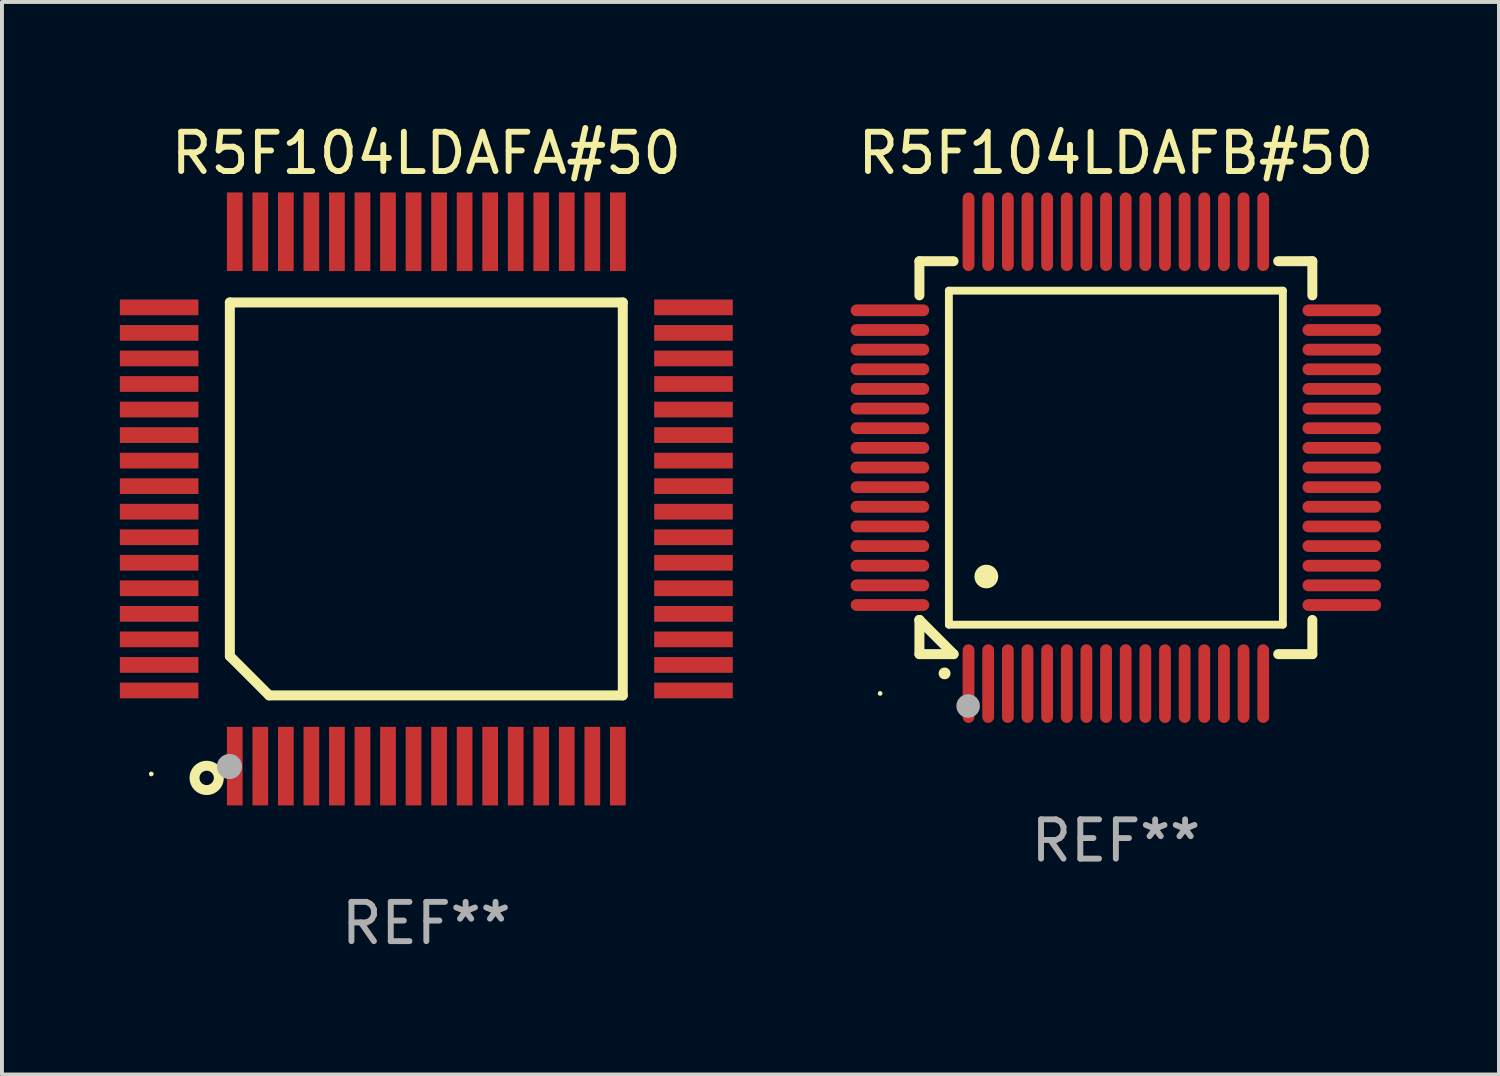
<source format=kicad_pcb>
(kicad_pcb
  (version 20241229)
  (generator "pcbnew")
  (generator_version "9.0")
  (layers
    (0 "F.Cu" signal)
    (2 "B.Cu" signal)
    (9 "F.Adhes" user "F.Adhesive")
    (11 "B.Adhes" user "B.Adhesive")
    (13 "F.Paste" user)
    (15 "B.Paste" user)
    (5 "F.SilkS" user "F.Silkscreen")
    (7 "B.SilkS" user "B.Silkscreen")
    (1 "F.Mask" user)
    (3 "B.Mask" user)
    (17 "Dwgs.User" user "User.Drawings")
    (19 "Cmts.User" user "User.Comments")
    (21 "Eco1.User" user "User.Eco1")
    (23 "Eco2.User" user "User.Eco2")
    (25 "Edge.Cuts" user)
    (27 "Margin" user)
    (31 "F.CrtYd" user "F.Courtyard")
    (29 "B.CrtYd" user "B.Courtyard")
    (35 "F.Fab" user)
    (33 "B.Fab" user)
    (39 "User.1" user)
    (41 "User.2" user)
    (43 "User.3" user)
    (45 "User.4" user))
  (footprint "R5F104LDAFB#50"
    (layer "F.Cu")
    (at 25.35 8.598)
    (property "Reference" "R5F104LDAFB#50" (at 0 -7.75 0) (layer "F.SilkS") (effects (font (size 1 1) (thickness 0.15))))
    (attr through_hole)
    (fp_line (start -5 -5) (end -4.131 -5) (stroke (width 0.254) (type solid)) (layer "F.SilkS"))
    (fp_line (start -5 -4.131) (end -5 -5) (stroke (width 0.254) (type solid)) (layer "F.SilkS"))
    (fp_line (start -5 4.131) (end -5 4.131) (stroke (width 0.254) (type solid)) (layer "F.SilkS"))
    (fp_line (start -5 5) (end -5 4.131) (stroke (width 0.254) (type solid)) (layer "F.SilkS"))
    (fp_line (start -5 4.131) (end -4.131 5) (stroke (width 0.254) (type solid)) (layer "F.SilkS"))
    (fp_line (start -4.25 -4.25) (end -4.25 4.25) (stroke (width 0.2) (type solid)) (layer "F.SilkS"))
    (fp_line (start -4.25 4.25) (end 4.25 4.25) (stroke (width 0.2) (type solid)) (layer "F.SilkS"))
    (fp_line (start -4.131 5) (end -5 5) (stroke (width 0.254) (type solid)) (layer "F.SilkS"))
    (fp_line (start 4.25 -4.25) (end -4.25 -4.25) (stroke (width 0.2) (type solid)) (layer "F.SilkS"))
    (fp_line (start 4.25 4.25) (end 4.25 -4.25) (stroke (width 0.2) (type solid)) (layer "F.SilkS"))
    (fp_line (start 5 -5) (end 4.131 -5) (stroke (width 0.254) (type solid)) (layer "F.SilkS"))
    (fp_line (start 5 -5) (end 5 -4.131) (stroke (width 0.254) (type solid)) (layer "F.SilkS"))
    (fp_line (start 5 4.131) (end 5 5) (stroke (width 0.254) (type solid)) (layer "F.SilkS"))
    (fp_line (start 5 5) (end 4.131 5) (stroke (width 0.254) (type solid)) (layer "F.SilkS"))
    (fp_arc (start -4.361265 5.489992) (mid -4.359995 5.489987) (end -4.358725 5.489992) (stroke (width 0.3) (type solid)) (layer "F.SilkS"))
    (fp_arc (start -3.299467 3.025146) (mid -3.296927 3.025135) (end -3.294387 3.025146) (stroke (width 0.6) (type solid)) (layer "F.SilkS"))
    (fp_circle (center -6 6) (end -5.97 6) (stroke (width 0.06) (type solid)) (fill no) (layer "F.SilkS"))
    (fp_circle (center -3.76 6.32) (end -3.61 6.32) (stroke (width 0.3) (type solid)) (fill no) (layer "F.Fab"))
    (fp_text user "REF**" (at 0 9.75 0) (layer "F.Fab") (effects (font (size 1 1) (thickness 0.15))))
    (pad "1" smd oval (at -3.75 5.75) (size 0.3 2) (layers "F.Cu" "F.Mask" "F.Paste"))
    (pad "2" smd oval (at -3.25 5.75) (size 0.3 2) (layers "F.Cu" "F.Mask" "F.Paste"))
    (pad "3" smd oval (at -2.75 5.75) (size 0.3 2) (layers "F.Cu" "F.Mask" "F.Paste"))
    (pad "4" smd oval (at -2.25 5.75) (size 0.3 2) (layers "F.Cu" "F.Mask" "F.Paste"))
    (pad "5" smd oval (at -1.75 5.75) (size 0.3 2) (layers "F.Cu" "F.Mask" "F.Paste"))
    (pad "6" smd oval (at -1.25 5.75) (size 0.3 2) (layers "F.Cu" "F.Mask" "F.Paste"))
    (pad "7" smd oval (at -0.75 5.75) (size 0.3 2) (layers "F.Cu" "F.Mask" "F.Paste"))
    (pad "8" smd oval (at -0.25 5.75) (size 0.3 2) (layers "F.Cu" "F.Mask" "F.Paste"))
    (pad "9" smd oval (at 0.25 5.75) (size 0.3 2) (layers "F.Cu" "F.Mask" "F.Paste"))
    (pad "10" smd oval (at 0.75 5.75) (size 0.3 2) (layers "F.Cu" "F.Mask" "F.Paste"))
    (pad "11" smd oval (at 1.25 5.75) (size 0.3 2) (layers "F.Cu" "F.Mask" "F.Paste"))
    (pad "12" smd oval (at 1.75 5.75) (size 0.3 2) (layers "F.Cu" "F.Mask" "F.Paste"))
    (pad "13" smd oval (at 2.25 5.75) (size 0.3 2) (layers "F.Cu" "F.Mask" "F.Paste"))
    (pad "14" smd oval (at 2.75 5.75) (size 0.3 2) (layers "F.Cu" "F.Mask" "F.Paste"))
    (pad "15" smd oval (at 3.25 5.75) (size 0.3 2) (layers "F.Cu" "F.Mask" "F.Paste"))
    (pad "16" smd oval (at 3.75 5.75) (size 0.3 2) (layers "F.Cu" "F.Mask" "F.Paste"))
    (pad "17" smd oval (at 5.75 3.75) (size 2 0.3) (layers "F.Cu" "F.Mask" "F.Paste"))
    (pad "18" smd oval (at 5.75 3.25) (size 2 0.3) (layers "F.Cu" "F.Mask" "F.Paste"))
    (pad "19" smd oval (at 5.75 2.75) (size 2 0.3) (layers "F.Cu" "F.Mask" "F.Paste"))
    (pad "20" smd oval (at 5.75 2.25) (size 2 0.3) (layers "F.Cu" "F.Mask" "F.Paste"))
    (pad "21" smd oval (at 5.75 1.75) (size 2 0.3) (layers "F.Cu" "F.Mask" "F.Paste"))
    (pad "22" smd oval (at 5.75 1.25) (size 2 0.3) (layers "F.Cu" "F.Mask" "F.Paste"))
    (pad "23" smd oval (at 5.75 0.75) (size 2 0.3) (layers "F.Cu" "F.Mask" "F.Paste"))
    (pad "24" smd oval (at 5.75 0.25) (size 2 0.3) (layers "F.Cu" "F.Mask" "F.Paste"))
    (pad "25" smd oval (at 5.75 -0.25) (size 2 0.3) (layers "F.Cu" "F.Mask" "F.Paste"))
    (pad "26" smd oval (at 5.75 -0.75) (size 2 0.3) (layers "F.Cu" "F.Mask" "F.Paste"))
    (pad "27" smd oval (at 5.75 -1.25) (size 2 0.3) (layers "F.Cu" "F.Mask" "F.Paste"))
    (pad "28" smd oval (at 5.75 -1.75) (size 2 0.3) (layers "F.Cu" "F.Mask" "F.Paste"))
    (pad "29" smd oval (at 5.75 -2.25) (size 2 0.3) (layers "F.Cu" "F.Mask" "F.Paste"))
    (pad "30" smd oval (at 5.75 -2.75) (size 2 0.3) (layers "F.Cu" "F.Mask" "F.Paste"))
    (pad "31" smd oval (at 5.75 -3.25) (size 2 0.3) (layers "F.Cu" "F.Mask" "F.Paste"))
    (pad "32" smd oval (at 5.75 -3.75) (size 2 0.3) (layers "F.Cu" "F.Mask" "F.Paste"))
    (pad "33" smd oval (at 3.75 -5.75) (size 0.3 2) (layers "F.Cu" "F.Mask" "F.Paste"))
    (pad "34" smd oval (at 3.25 -5.75) (size 0.3 2) (layers "F.Cu" "F.Mask" "F.Paste"))
    (pad "35" smd oval (at 2.75 -5.75) (size 0.3 2) (layers "F.Cu" "F.Mask" "F.Paste"))
    (pad "36" smd oval (at 2.25 -5.75) (size 0.3 2) (layers "F.Cu" "F.Mask" "F.Paste"))
    (pad "37" smd oval (at 1.75 -5.75) (size 0.3 2) (layers "F.Cu" "F.Mask" "F.Paste"))
    (pad "38" smd oval (at 1.25 -5.75) (size 0.3 2) (layers "F.Cu" "F.Mask" "F.Paste"))
    (pad "39" smd oval (at 0.75 -5.75) (size 0.3 2) (layers "F.Cu" "F.Mask" "F.Paste"))
    (pad "40" smd oval (at 0.25 -5.75) (size 0.3 2) (layers "F.Cu" "F.Mask" "F.Paste"))
    (pad "41" smd oval (at -0.25 -5.75) (size 0.3 2) (layers "F.Cu" "F.Mask" "F.Paste"))
    (pad "42" smd oval (at -0.75 -5.75) (size 0.3 2) (layers "F.Cu" "F.Mask" "F.Paste"))
    (pad "43" smd oval (at -1.25 -5.75) (size 0.3 2) (layers "F.Cu" "F.Mask" "F.Paste"))
    (pad "44" smd oval (at -1.75 -5.75) (size 0.3 2) (layers "F.Cu" "F.Mask" "F.Paste"))
    (pad "45" smd oval (at -2.25 -5.75) (size 0.3 2) (layers "F.Cu" "F.Mask" "F.Paste"))
    (pad "46" smd oval (at -2.75 -5.75) (size 0.3 2) (layers "F.Cu" "F.Mask" "F.Paste"))
    (pad "47" smd oval (at -3.25 -5.75) (size 0.3 2) (layers "F.Cu" "F.Mask" "F.Paste"))
    (pad "48" smd oval (at -3.75 -5.75) (size 0.3 2) (layers "F.Cu" "F.Mask" "F.Paste"))
    (pad "49" smd oval (at -5.75 -3.75) (size 2 0.3) (layers "F.Cu" "F.Mask" "F.Paste"))
    (pad "50" smd oval (at -5.75 -3.25) (size 2 0.3) (layers "F.Cu" "F.Mask" "F.Paste"))
    (pad "51" smd oval (at -5.75 -2.75) (size 2 0.3) (layers "F.Cu" "F.Mask" "F.Paste"))
    (pad "52" smd oval (at -5.75 -2.25) (size 2 0.3) (layers "F.Cu" "F.Mask" "F.Paste"))
    (pad "53" smd oval (at -5.75 -1.75) (size 2 0.3) (layers "F.Cu" "F.Mask" "F.Paste"))
    (pad "54" smd oval (at -5.75 -1.25) (size 2 0.3) (layers "F.Cu" "F.Mask" "F.Paste"))
    (pad "55" smd oval (at -5.75 -0.75) (size 2 0.3) (layers "F.Cu" "F.Mask" "F.Paste"))
    (pad "56" smd oval (at -5.75 -0.25) (size 2 0.3) (layers "F.Cu" "F.Mask" "F.Paste"))
    (pad "57" smd oval (at -5.75 0.25) (size 2 0.3) (layers "F.Cu" "F.Mask" "F.Paste"))
    (pad "58" smd oval (at -5.75 0.75) (size 2 0.3) (layers "F.Cu" "F.Mask" "F.Paste"))
    (pad "59" smd oval (at -5.75 1.25) (size 2 0.3) (layers "F.Cu" "F.Mask" "F.Paste"))
    (pad "60" smd oval (at -5.75 1.75) (size 2 0.3) (layers "F.Cu" "F.Mask" "F.Paste"))
    (pad "61" smd oval (at -5.75 2.25) (size 2 0.3) (layers "F.Cu" "F.Mask" "F.Paste"))
    (pad "62" smd oval (at -5.75 2.75) (size 2 0.3) (layers "F.Cu" "F.Mask" "F.Paste"))
    (pad "63" smd oval (at -5.75 3.25) (size 2 0.3) (layers "F.Cu" "F.Mask" "F.Paste"))
    (pad "64" smd oval (at -5.75 3.75) (size 2 0.3) (layers "F.Cu" "F.Mask" "F.Paste")))
  (footprint "R5F104LDAFA#50"
    (layer "F.Cu")
    (at 7.8 9.648)
    (property "Reference" "R5F104LDAFA#50" (at 0 -8.8 0) (layer "F.SilkS") (effects (font (size 1 1) (thickness 0.15))))
    (attr through_hole)
    (fp_line (start -5 -5) (end 5 -5) (stroke (width 0.254) (type solid)) (layer "F.SilkS"))
    (fp_line (start -5 4) (end -5 -5) (stroke (width 0.254) (type solid)) (layer "F.SilkS"))
    (fp_line (start -4 5) (end -5 4) (stroke (width 0.254) (type solid)) (layer "F.SilkS"))
    (fp_line (start 5 -5) (end 5 5) (stroke (width 0.254) (type solid)) (layer "F.SilkS"))
    (fp_line (start 5 5) (end -4 5) (stroke (width 0.254) (type solid)) (layer "F.SilkS"))
    (fp_circle (center -7 7) (end -6.97 7) (stroke (width 0.06) (type solid)) (fill no) (layer "F.SilkS"))
    (fp_circle (center -5.59 7.1) (end -5.28 7.1) (stroke (width 0.254) (type solid)) (fill no) (layer "F.SilkS"))
    (fp_circle (center -5.01 6.81) (end -4.85 6.81) (stroke (width 0.32) (type solid)) (fill no) (layer "F.Fab"))
    (fp_text user "REF**" (at 0 10.8 0) (layer "F.Fab") (effects (font (size 1 1) (thickness 0.15))))
    (pad "1" smd rect (at -4.875 6.8) (size 0.4 2) (layers "F.Cu" "F.Mask" "F.Paste"))
    (pad "2" smd rect (at -4.225 6.8) (size 0.4 2) (layers "F.Cu" "F.Mask" "F.Paste"))
    (pad "3" smd rect (at -3.575 6.8) (size 0.4 2) (layers "F.Cu" "F.Mask" "F.Paste"))
    (pad "4" smd rect (at -2.925 6.8) (size 0.4 2) (layers "F.Cu" "F.Mask" "F.Paste"))
    (pad "5" smd rect (at -2.275 6.8) (size 0.4 2) (layers "F.Cu" "F.Mask" "F.Paste"))
    (pad "6" smd rect (at -1.625 6.8) (size 0.4 2) (layers "F.Cu" "F.Mask" "F.Paste"))
    (pad "7" smd rect (at -0.975 6.8) (size 0.4 2) (layers "F.Cu" "F.Mask" "F.Paste"))
    (pad "8" smd rect (at -0.325 6.8) (size 0.4 2) (layers "F.Cu" "F.Mask" "F.Paste"))
    (pad "9" smd rect (at 0.325 6.8) (size 0.4 2) (layers "F.Cu" "F.Mask" "F.Paste"))
    (pad "10" smd rect (at 0.975 6.8) (size 0.4 2) (layers "F.Cu" "F.Mask" "F.Paste"))
    (pad "11" smd rect (at 1.625 6.8) (size 0.4 2) (layers "F.Cu" "F.Mask" "F.Paste"))
    (pad "12" smd rect (at 2.275 6.8) (size 0.4 2) (layers "F.Cu" "F.Mask" "F.Paste"))
    (pad "13" smd rect (at 2.925 6.8) (size 0.4 2) (layers "F.Cu" "F.Mask" "F.Paste"))
    (pad "14" smd rect (at 3.575 6.8) (size 0.4 2) (layers "F.Cu" "F.Mask" "F.Paste"))
    (pad "15" smd rect (at 4.225 6.8) (size 0.4 2) (layers "F.Cu" "F.Mask" "F.Paste"))
    (pad "16" smd rect (at 4.875 6.8) (size 0.4 2) (layers "F.Cu" "F.Mask" "F.Paste"))
    (pad "17" smd rect (at 6.8 4.875) (size 2 0.4) (layers "F.Cu" "F.Mask" "F.Paste"))
    (pad "18" smd rect (at 6.8 4.225) (size 2 0.4) (layers "F.Cu" "F.Mask" "F.Paste"))
    (pad "19" smd rect (at 6.8 3.575) (size 2 0.4) (layers "F.Cu" "F.Mask" "F.Paste"))
    (pad "20" smd rect (at 6.8 2.925) (size 2 0.4) (layers "F.Cu" "F.Mask" "F.Paste"))
    (pad "21" smd rect (at 6.8 2.275) (size 2 0.4) (layers "F.Cu" "F.Mask" "F.Paste"))
    (pad "22" smd rect (at 6.8 1.625) (size 2 0.4) (layers "F.Cu" "F.Mask" "F.Paste"))
    (pad "23" smd rect (at 6.8 0.975) (size 2 0.4) (layers "F.Cu" "F.Mask" "F.Paste"))
    (pad "24" smd rect (at 6.8 0.325) (size 2 0.4) (layers "F.Cu" "F.Mask" "F.Paste"))
    (pad "25" smd rect (at 6.8 -0.325) (size 2 0.4) (layers "F.Cu" "F.Mask" "F.Paste"))
    (pad "26" smd rect (at 6.8 -0.975) (size 2 0.4) (layers "F.Cu" "F.Mask" "F.Paste"))
    (pad "27" smd rect (at 6.8 -1.625) (size 2 0.4) (layers "F.Cu" "F.Mask" "F.Paste"))
    (pad "28" smd rect (at 6.8 -2.275) (size 2 0.4) (layers "F.Cu" "F.Mask" "F.Paste"))
    (pad "29" smd rect (at 6.8 -2.925) (size 2 0.4) (layers "F.Cu" "F.Mask" "F.Paste"))
    (pad "30" smd rect (at 6.8 -3.575) (size 2 0.4) (layers "F.Cu" "F.Mask" "F.Paste"))
    (pad "31" smd rect (at 6.8 -4.225) (size 2 0.4) (layers "F.Cu" "F.Mask" "F.Paste"))
    (pad "32" smd rect (at 6.8 -4.875) (size 2 0.4) (layers "F.Cu" "F.Mask" "F.Paste"))
    (pad "33" smd rect (at 4.875 -6.8) (size 0.4 2) (layers "F.Cu" "F.Mask" "F.Paste"))
    (pad "34" smd rect (at 4.225 -6.8) (size 0.4 2) (layers "F.Cu" "F.Mask" "F.Paste"))
    (pad "35" smd rect (at 3.575 -6.8) (size 0.4 2) (layers "F.Cu" "F.Mask" "F.Paste"))
    (pad "36" smd rect (at 2.925 -6.8) (size 0.4 2) (layers "F.Cu" "F.Mask" "F.Paste"))
    (pad "37" smd rect (at 2.275 -6.8) (size 0.4 2) (layers "F.Cu" "F.Mask" "F.Paste"))
    (pad "38" smd rect (at 1.625 -6.8) (size 0.4 2) (layers "F.Cu" "F.Mask" "F.Paste"))
    (pad "39" smd rect (at 0.975 -6.8) (size 0.4 2) (layers "F.Cu" "F.Mask" "F.Paste"))
    (pad "40" smd rect (at 0.325 -6.8) (size 0.4 2) (layers "F.Cu" "F.Mask" "F.Paste"))
    (pad "41" smd rect (at -0.325 -6.8) (size 0.4 2) (layers "F.Cu" "F.Mask" "F.Paste"))
    (pad "42" smd rect (at -0.975 -6.8) (size 0.4 2) (layers "F.Cu" "F.Mask" "F.Paste"))
    (pad "43" smd rect (at -1.625 -6.8) (size 0.4 2) (layers "F.Cu" "F.Mask" "F.Paste"))
    (pad "44" smd rect (at -2.275 -6.8) (size 0.4 2) (layers "F.Cu" "F.Mask" "F.Paste"))
    (pad "45" smd rect (at -2.925 -6.8) (size 0.4 2) (layers "F.Cu" "F.Mask" "F.Paste"))
    (pad "46" smd rect (at -3.575 -6.8) (size 0.4 2) (layers "F.Cu" "F.Mask" "F.Paste"))
    (pad "47" smd rect (at -4.225 -6.8) (size 0.4 2) (layers "F.Cu" "F.Mask" "F.Paste"))
    (pad "48" smd rect (at -4.875 -6.8) (size 0.4 2) (layers "F.Cu" "F.Mask" "F.Paste"))
    (pad "49" smd rect (at -6.8 -4.875) (size 2 0.4) (layers "F.Cu" "F.Mask" "F.Paste"))
    (pad "50" smd rect (at -6.8 -4.225) (size 2 0.4) (layers "F.Cu" "F.Mask" "F.Paste"))
    (pad "51" smd rect (at -6.8 -3.575) (size 2 0.4) (layers "F.Cu" "F.Mask" "F.Paste"))
    (pad "52" smd rect (at -6.8 -2.925) (size 2 0.4) (layers "F.Cu" "F.Mask" "F.Paste"))
    (pad "53" smd rect (at -6.8 -2.275) (size 2 0.4) (layers "F.Cu" "F.Mask" "F.Paste"))
    (pad "54" smd rect (at -6.8 -1.625) (size 2 0.4) (layers "F.Cu" "F.Mask" "F.Paste"))
    (pad "55" smd rect (at -6.8 -0.975) (size 2 0.4) (layers "F.Cu" "F.Mask" "F.Paste"))
    (pad "56" smd rect (at -6.8 -0.325) (size 2 0.4) (layers "F.Cu" "F.Mask" "F.Paste"))
    (pad "57" smd rect (at -6.8 0.325) (size 2 0.4) (layers "F.Cu" "F.Mask" "F.Paste"))
    (pad "58" smd rect (at -6.8 0.975) (size 2 0.4) (layers "F.Cu" "F.Mask" "F.Paste"))
    (pad "59" smd rect (at -6.8 1.625) (size 2 0.4) (layers "F.Cu" "F.Mask" "F.Paste"))
    (pad "60" smd rect (at -6.8 2.275) (size 2 0.4) (layers "F.Cu" "F.Mask" "F.Paste"))
    (pad "61" smd rect (at -6.8 2.925) (size 2 0.4) (layers "F.Cu" "F.Mask" "F.Paste"))
    (pad "62" smd rect (at -6.8 3.575) (size 2 0.4) (layers "F.Cu" "F.Mask" "F.Paste"))
    (pad "63" smd rect (at -6.8 4.225) (size 2 0.4) (layers "F.Cu" "F.Mask" "F.Paste"))
    (pad "64" smd rect (at -6.8 4.875) (size 2 0.4) (layers "F.Cu" "F.Mask" "F.Paste")))
  (gr_rect
    (start -3 -3)
    (end 35.1 24.297)
    (stroke (width 0.1) (type default))
    (fill no)
    (layer "Edge.Cuts")))
</source>
